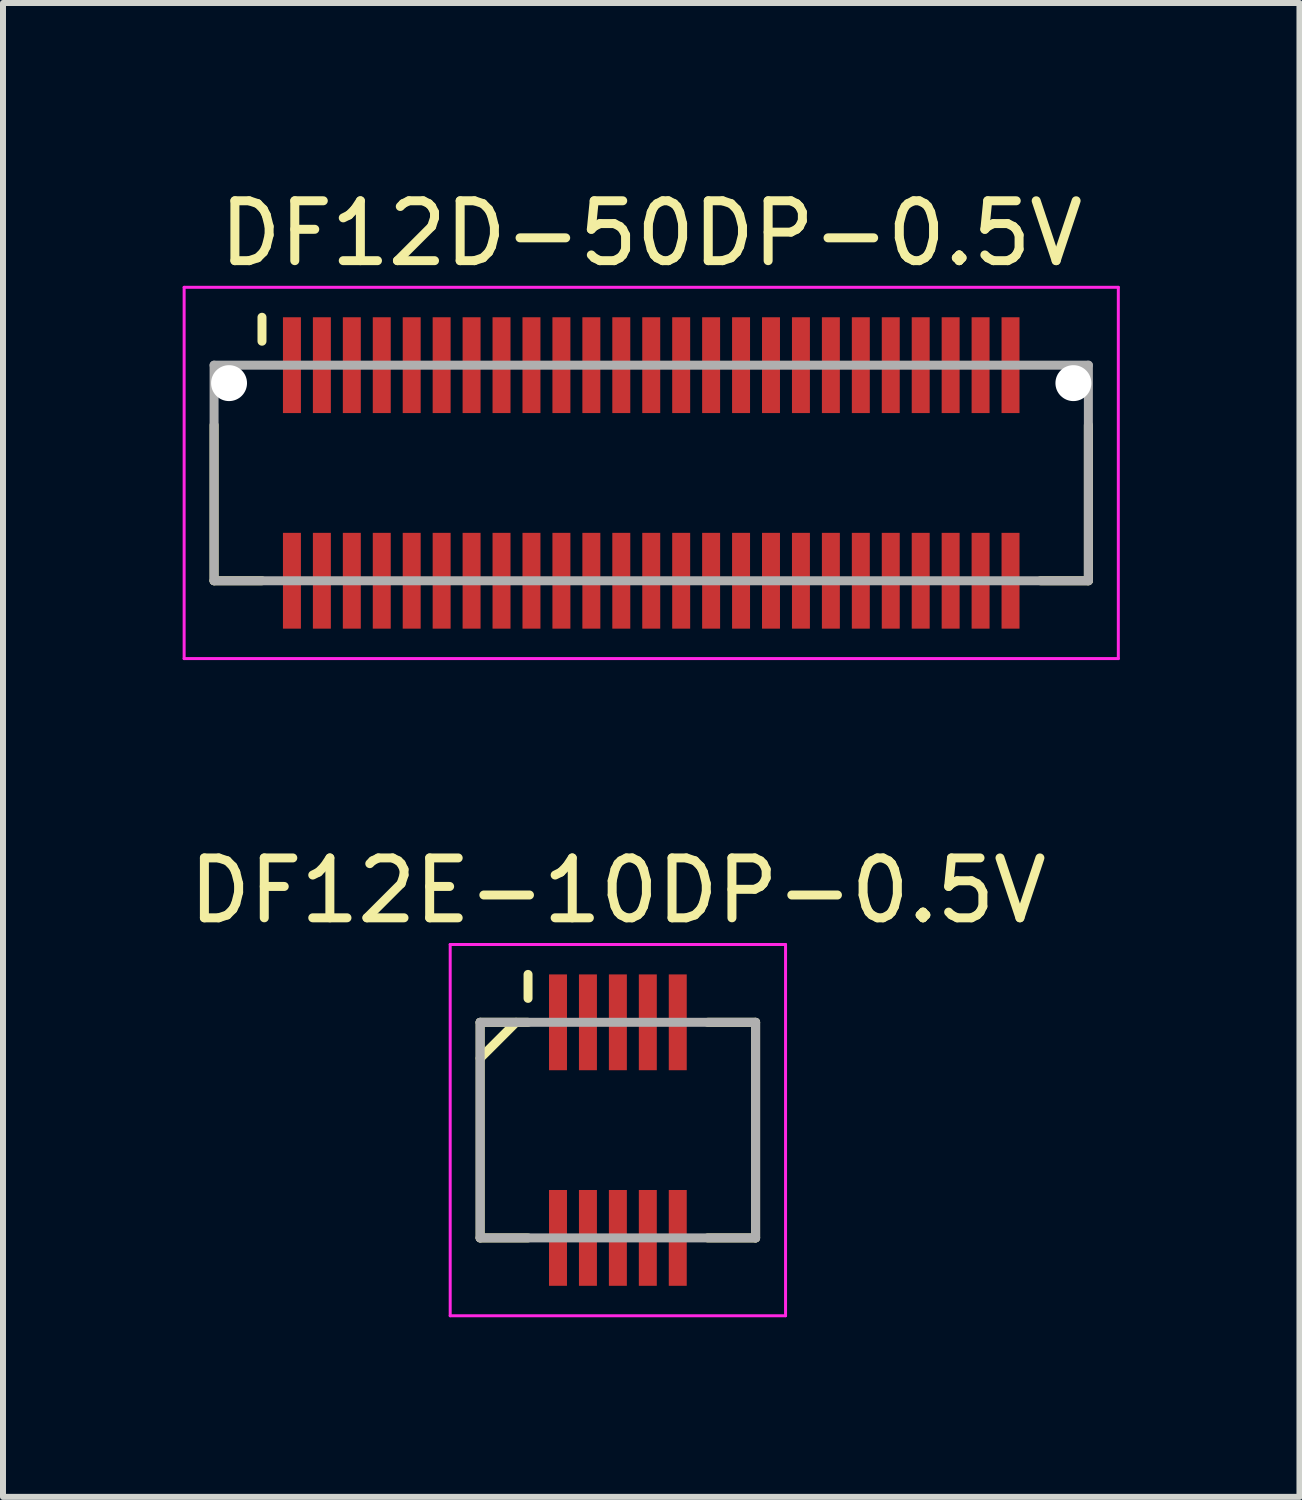
<source format=kicad_pcb>
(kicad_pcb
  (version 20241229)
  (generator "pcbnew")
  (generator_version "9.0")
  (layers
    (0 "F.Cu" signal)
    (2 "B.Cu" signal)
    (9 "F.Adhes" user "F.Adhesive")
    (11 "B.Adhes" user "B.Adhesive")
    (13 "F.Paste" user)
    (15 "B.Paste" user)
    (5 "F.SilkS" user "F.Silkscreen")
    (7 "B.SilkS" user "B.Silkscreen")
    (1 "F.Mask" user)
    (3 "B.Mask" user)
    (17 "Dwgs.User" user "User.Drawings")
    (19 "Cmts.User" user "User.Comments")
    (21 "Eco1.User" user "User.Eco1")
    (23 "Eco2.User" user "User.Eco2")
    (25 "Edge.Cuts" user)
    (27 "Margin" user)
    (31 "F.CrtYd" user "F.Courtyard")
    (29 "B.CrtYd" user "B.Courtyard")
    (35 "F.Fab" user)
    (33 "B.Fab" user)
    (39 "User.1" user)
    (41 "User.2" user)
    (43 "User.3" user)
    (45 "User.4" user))
  (footprint "DF12D-50DP-0.5V"
    (layer "F.Cu")
    (at 7.825 4.848)
    (property "Reference" "DF12D-50DP-0.5V" (at 0 -4 0) (layer "F.SilkS") (effects (font (size 1 1) (thickness 0.15))))
    (attr smd)
    (fp_line (start -7.3 -0.8) (end -7.3 1.8) (stroke (width 0.15) (type solid)) (layer "F.SilkS"))
    (fp_line (start -7.3 1.8) (end -6.5 1.8) (stroke (width 0.15) (type solid)) (layer "F.SilkS"))
    (fp_line (start -6.5 -2.6) (end -6.5 -2.2) (stroke (width 0.15) (type solid)) (layer "F.SilkS"))
    (fp_line (start 6.5 1.8) (end 7.3 1.8) (stroke (width 0.15) (type solid)) (layer "F.SilkS"))
    (fp_line (start 7.3 -0.8) (end 7.3 1.8) (stroke (width 0.15) (type solid)) (layer "F.SilkS"))
    (fp_line (start -7.8 -3.1) (end -7.8 3.1) (stroke (width 0.05) (type solid)) (layer "F.CrtYd"))
    (fp_line (start -7.8 -3.1) (end 7.8 -3.1) (stroke (width 0.05) (type solid)) (layer "F.CrtYd"))
    (fp_line (start -7.8 3.1) (end 7.8 3.1) (stroke (width 0.05) (type solid)) (layer "F.CrtYd"))
    (fp_line (start 7.8 -3.1) (end 7.8 3.1) (stroke (width 0.05) (type solid)) (layer "F.CrtYd"))
    (fp_line (start -7.3 -1.8) (end -7.3 1.8) (stroke (width 0.15) (type solid)) (layer "F.Fab"))
    (fp_line (start -7.3 -1.8) (end 7.3 -1.8) (stroke (width 0.15) (type solid)) (layer "F.Fab"))
    (fp_line (start -7.3 1.8) (end 7.3 1.8) (stroke (width 0.15) (type solid)) (layer "F.Fab"))
    (fp_line (start 7.3 -1.8) (end 7.3 1.8) (stroke (width 0.15) (type solid)) (layer "F.Fab"))
    (pad "" np_thru_hole circle (at -7.05 -1.5) (size 0.6 0.6) (drill 0.6) (layers "*.Cu" "*.Mask"))
    (pad "" np_thru_hole circle (at 7.05 -1.5) (size 0.6 0.6) (drill 0.6) (layers "*.Cu" "*.Mask"))
    (pad "1" smd rect (at -6 -1.8) (size 0.3 1.6) (layers "F.Cu" "F.Mask" "F.Paste"))
    (pad "2" smd rect (at -6 1.8) (size 0.3 1.6) (layers "F.Cu" "F.Mask" "F.Paste"))
    (pad "3" smd rect (at -5.5 -1.8) (size 0.3 1.6) (layers "F.Cu" "F.Mask" "F.Paste"))
    (pad "4" smd rect (at -5.5 1.8) (size 0.3 1.6) (layers "F.Cu" "F.Mask" "F.Paste"))
    (pad "5" smd rect (at -5 -1.8) (size 0.3 1.6) (layers "F.Cu" "F.Mask" "F.Paste"))
    (pad "6" smd rect (at -5 1.8) (size 0.3 1.6) (layers "F.Cu" "F.Mask" "F.Paste"))
    (pad "7" smd rect (at -4.5 -1.8) (size 0.3 1.6) (layers "F.Cu" "F.Mask" "F.Paste"))
    (pad "8" smd rect (at -4.5 1.8) (size 0.3 1.6) (layers "F.Cu" "F.Mask" "F.Paste"))
    (pad "9" smd rect (at -4 -1.8) (size 0.3 1.6) (layers "F.Cu" "F.Mask" "F.Paste"))
    (pad "10" smd rect (at -4 1.8) (size 0.3 1.6) (layers "F.Cu" "F.Mask" "F.Paste"))
    (pad "11" smd rect (at -3.5 -1.8) (size 0.3 1.6) (layers "F.Cu" "F.Mask" "F.Paste"))
    (pad "12" smd rect (at -3.5 1.8) (size 0.3 1.6) (layers "F.Cu" "F.Mask" "F.Paste"))
    (pad "13" smd rect (at -3 -1.8) (size 0.3 1.6) (layers "F.Cu" "F.Mask" "F.Paste"))
    (pad "14" smd rect (at -3 1.8) (size 0.3 1.6) (layers "F.Cu" "F.Mask" "F.Paste"))
    (pad "15" smd rect (at -2.5 -1.8) (size 0.3 1.6) (layers "F.Cu" "F.Mask" "F.Paste"))
    (pad "16" smd rect (at -2.5 1.8) (size 0.3 1.6) (layers "F.Cu" "F.Mask" "F.Paste"))
    (pad "17" smd rect (at -2 -1.8) (size 0.3 1.6) (layers "F.Cu" "F.Mask" "F.Paste"))
    (pad "18" smd rect (at -2 1.8) (size 0.3 1.6) (layers "F.Cu" "F.Mask" "F.Paste"))
    (pad "19" smd rect (at -1.5 -1.8) (size 0.3 1.6) (layers "F.Cu" "F.Mask" "F.Paste"))
    (pad "20" smd rect (at -1.5 1.8) (size 0.3 1.6) (layers "F.Cu" "F.Mask" "F.Paste"))
    (pad "21" smd rect (at -1 -1.8) (size 0.3 1.6) (layers "F.Cu" "F.Mask" "F.Paste"))
    (pad "22" smd rect (at -1 1.8) (size 0.3 1.6) (layers "F.Cu" "F.Mask" "F.Paste"))
    (pad "23" smd rect (at -0.5 -1.8) (size 0.3 1.6) (layers "F.Cu" "F.Mask" "F.Paste"))
    (pad "24" smd rect (at -0.5 1.8) (size 0.3 1.6) (layers "F.Cu" "F.Mask" "F.Paste"))
    (pad "25" smd rect (at 0 -1.8) (size 0.3 1.6) (layers "F.Cu" "F.Mask" "F.Paste"))
    (pad "26" smd rect (at 0 1.8) (size 0.3 1.6) (layers "F.Cu" "F.Mask" "F.Paste"))
    (pad "27" smd rect (at 0.5 -1.8) (size 0.3 1.6) (layers "F.Cu" "F.Mask" "F.Paste"))
    (pad "28" smd rect (at 0.5 1.8) (size 0.3 1.6) (layers "F.Cu" "F.Mask" "F.Paste"))
    (pad "29" smd rect (at 1 -1.8) (size 0.3 1.6) (layers "F.Cu" "F.Mask" "F.Paste"))
    (pad "30" smd rect (at 1 1.8) (size 0.3 1.6) (layers "F.Cu" "F.Mask" "F.Paste"))
    (pad "31" smd rect (at 1.5 -1.8) (size 0.3 1.6) (layers "F.Cu" "F.Mask" "F.Paste"))
    (pad "32" smd rect (at 1.5 1.8) (size 0.3 1.6) (layers "F.Cu" "F.Mask" "F.Paste"))
    (pad "33" smd rect (at 2 -1.8) (size 0.3 1.6) (layers "F.Cu" "F.Mask" "F.Paste"))
    (pad "34" smd rect (at 2 1.8) (size 0.3 1.6) (layers "F.Cu" "F.Mask" "F.Paste"))
    (pad "35" smd rect (at 2.5 -1.8) (size 0.3 1.6) (layers "F.Cu" "F.Mask" "F.Paste"))
    (pad "36" smd rect (at 2.5 1.8) (size 0.3 1.6) (layers "F.Cu" "F.Mask" "F.Paste"))
    (pad "37" smd rect (at 3 -1.8) (size 0.3 1.6) (layers "F.Cu" "F.Mask" "F.Paste"))
    (pad "38" smd rect (at 3 1.8) (size 0.3 1.6) (layers "F.Cu" "F.Mask" "F.Paste"))
    (pad "39" smd rect (at 3.5 -1.8) (size 0.3 1.6) (layers "F.Cu" "F.Mask" "F.Paste"))
    (pad "40" smd rect (at 3.5 1.8) (size 0.3 1.6) (layers "F.Cu" "F.Mask" "F.Paste"))
    (pad "41" smd rect (at 4 -1.8) (size 0.3 1.6) (layers "F.Cu" "F.Mask" "F.Paste"))
    (pad "42" smd rect (at 4 1.8) (size 0.3 1.6) (layers "F.Cu" "F.Mask" "F.Paste"))
    (pad "43" smd rect (at 4.5 -1.8) (size 0.3 1.6) (layers "F.Cu" "F.Mask" "F.Paste"))
    (pad "44" smd rect (at 4.5 1.8) (size 0.3 1.6) (layers "F.Cu" "F.Mask" "F.Paste"))
    (pad "45" smd rect (at 5 -1.8) (size 0.3 1.6) (layers "F.Cu" "F.Mask" "F.Paste"))
    (pad "46" smd rect (at 5 1.8) (size 0.3 1.6) (layers "F.Cu" "F.Mask" "F.Paste"))
    (pad "47" smd rect (at 5.5 -1.8) (size 0.3 1.6) (layers "F.Cu" "F.Mask" "F.Paste"))
    (pad "48" smd rect (at 5.5 1.8) (size 0.3 1.6) (layers "F.Cu" "F.Mask" "F.Paste"))
    (pad "49" smd rect (at 6 -1.8) (size 0.3 1.6) (layers "F.Cu" "F.Mask" "F.Paste"))
    (pad "50" smd rect (at 6 1.8) (size 0.3 1.6) (layers "F.Cu" "F.Mask" "F.Paste")))
  (footprint "DF12E-10DP-0.5V"
    (layer "F.Cu")
    (at 7.268 15.822)
    (property "Reference" "DF12E-10DP-0.5V" (at 0 -4 0) (layer "F.SilkS") (effects (font (size 1 1) (thickness 0.15))))
    (attr smd)
    (fp_line (start -2.3 -1.8) (end -2.3 1.8) (stroke (width 0.15) (type solid)) (layer "F.SilkS"))
    (fp_line (start -2.3 -1.8) (end -1.5 -1.8) (stroke (width 0.15) (type solid)) (layer "F.SilkS"))
    (fp_line (start -2.3 1.8) (end -1.5 1.8) (stroke (width 0.15) (type solid)) (layer "F.SilkS"))
    (fp_line (start -1.7 -1.8) (end -2.3 -1.2) (stroke (width 0.15) (type solid)) (layer "F.SilkS"))
    (fp_line (start -1.5 -2.6) (end -1.5 -2.2) (stroke (width 0.15) (type solid)) (layer "F.SilkS"))
    (fp_line (start 1.5 -1.8) (end 2.3 -1.8) (stroke (width 0.15) (type solid)) (layer "F.SilkS"))
    (fp_line (start 1.5 1.8) (end 2.3 1.8) (stroke (width 0.15) (type solid)) (layer "F.SilkS"))
    (fp_line (start 2.3 -1.8) (end 2.3 1.8) (stroke (width 0.15) (type solid)) (layer "F.SilkS"))
    (fp_line (start -2.8 -3.1) (end -2.8 3.1) (stroke (width 0.05) (type solid)) (layer "F.CrtYd"))
    (fp_line (start -2.8 -3.1) (end 2.8 -3.1) (stroke (width 0.05) (type solid)) (layer "F.CrtYd"))
    (fp_line (start -2.8 3.1) (end 2.8 3.1) (stroke (width 0.05) (type solid)) (layer "F.CrtYd"))
    (fp_line (start 2.8 -3.1) (end 2.8 3.1) (stroke (width 0.05) (type solid)) (layer "F.CrtYd"))
    (fp_line (start -2.3 -1.8) (end -2.3 1.8) (stroke (width 0.15) (type solid)) (layer "F.Fab"))
    (fp_line (start -2.3 -1.8) (end 2.3 -1.8) (stroke (width 0.15) (type solid)) (layer "F.Fab"))
    (fp_line (start -2.3 1.8) (end 2.3 1.8) (stroke (width 0.15) (type solid)) (layer "F.Fab"))
    (fp_line (start 2.3 -1.8) (end 2.3 1.8) (stroke (width 0.15) (type solid)) (layer "F.Fab"))
    (pad "1" smd rect (at -1 -1.8) (size 0.3 1.6) (layers "F.Cu" "F.Mask" "F.Paste"))
    (pad "2" smd rect (at -1 1.8) (size 0.3 1.6) (layers "F.Cu" "F.Mask" "F.Paste"))
    (pad "3" smd rect (at -0.5 -1.8) (size 0.3 1.6) (layers "F.Cu" "F.Mask" "F.Paste"))
    (pad "4" smd rect (at -0.5 1.8) (size 0.3 1.6) (layers "F.Cu" "F.Mask" "F.Paste"))
    (pad "5" smd rect (at 0 -1.8) (size 0.3 1.6) (layers "F.Cu" "F.Mask" "F.Paste"))
    (pad "6" smd rect (at 0 1.8) (size 0.3 1.6) (layers "F.Cu" "F.Mask" "F.Paste"))
    (pad "7" smd rect (at 0.5 -1.8) (size 0.3 1.6) (layers "F.Cu" "F.Mask" "F.Paste"))
    (pad "8" smd rect (at 0.5 1.8) (size 0.3 1.6) (layers "F.Cu" "F.Mask" "F.Paste"))
    (pad "9" smd rect (at 1 -1.8) (size 0.3 1.6) (layers "F.Cu" "F.Mask" "F.Paste"))
    (pad "10" smd rect (at 1 1.8) (size 0.3 1.6) (layers "F.Cu" "F.Mask" "F.Paste")))
  (gr_rect
    (start -3 -3)
    (end 18.65 21.947)
    (stroke (width 0.1) (type default))
    (fill no)
    (layer "Edge.Cuts")))
</source>
